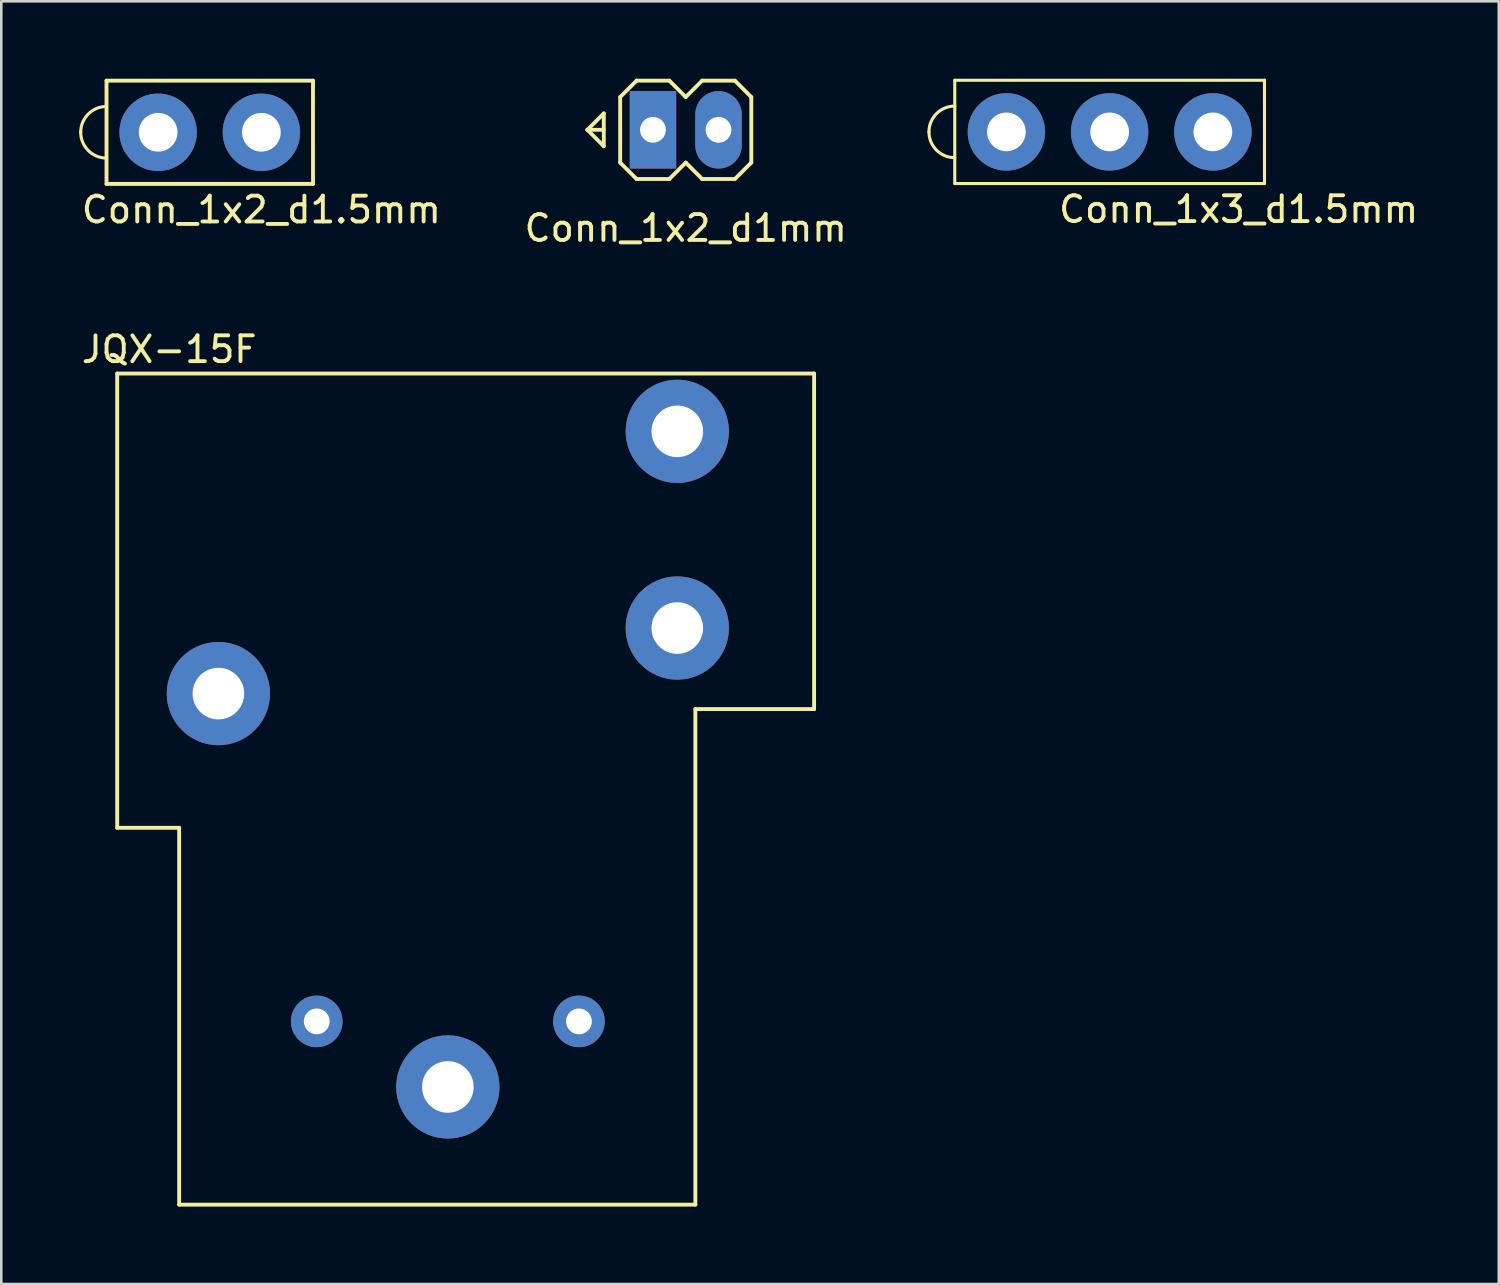
<source format=kicad_pcb>
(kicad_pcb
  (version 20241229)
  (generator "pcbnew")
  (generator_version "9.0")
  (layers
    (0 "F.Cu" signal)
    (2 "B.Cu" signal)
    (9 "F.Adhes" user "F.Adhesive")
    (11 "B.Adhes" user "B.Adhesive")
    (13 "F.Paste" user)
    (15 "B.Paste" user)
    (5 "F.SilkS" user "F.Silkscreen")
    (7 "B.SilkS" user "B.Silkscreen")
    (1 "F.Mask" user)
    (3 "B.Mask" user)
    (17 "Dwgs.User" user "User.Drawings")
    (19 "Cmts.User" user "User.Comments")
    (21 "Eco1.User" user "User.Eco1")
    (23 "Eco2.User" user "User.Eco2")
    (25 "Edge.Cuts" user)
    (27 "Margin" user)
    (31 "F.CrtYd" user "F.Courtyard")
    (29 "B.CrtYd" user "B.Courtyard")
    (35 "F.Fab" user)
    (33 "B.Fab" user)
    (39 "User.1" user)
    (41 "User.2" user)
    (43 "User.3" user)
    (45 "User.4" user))
  (footprint "JQX-15F"
    (layer "F.Cu")
    (at 14.301 23.822)
    (property "Reference" "JQX-15F" (at -10.795 -13.335 0) (layer "F.SilkS") (effects (font (size 1 1) (thickness 0.15))))
    (attr through_hole)
    (fp_line (start -12.81 -12.4) (end -12.81 5.2) (stroke (width 0.15) (type solid)) (layer "F.SilkS"))
    (fp_line (start -12.81 5.2) (end -10.41 5.2) (stroke (width 0.15) (type solid)) (layer "F.SilkS"))
    (fp_line (start -10.41 5.2) (end -10.41 19.8) (stroke (width 0.15) (type solid)) (layer "F.SilkS"))
    (fp_line (start -10.41 19.8) (end 9.59 19.8) (stroke (width 0.15) (type solid)) (layer "F.SilkS"))
    (fp_line (start 9.59 0.6) (end 14.19 0.6) (stroke (width 0.15) (type solid)) (layer "F.SilkS"))
    (fp_line (start 9.59 19.8) (end 9.59 0.6) (stroke (width 0.15) (type solid)) (layer "F.SilkS"))
    (fp_line (start 14.19 -12.4) (end -12.81 -12.4) (stroke (width 0.15) (type solid)) (layer "F.SilkS"))
    (fp_line (start 14.19 -12.4) (end 14.19 0.6) (stroke (width 0.15) (type solid)) (layer "F.SilkS"))
    (pad "1" thru_hole circle (at -8.89 0) (size 4 4) (drill 2) (layers "*.Cu" "*.Mask"))
    (pad "2" thru_hole circle (at -5.08 12.7) (size 2 2) (drill 1) (layers "*.Cu" "*.Mask"))
    (pad "3" thru_hole circle (at 0 15.24) (size 4 4) (drill 2) (layers "*.Cu" "*.Mask"))
    (pad "4" thru_hole circle (at 5.08 12.7) (size 2 2) (drill 1) (layers "*.Cu" "*.Mask"))
    (pad "5" thru_hole circle (at 8.89 -2.54) (size 4 4) (drill 2) (layers "*.Cu" "*.Mask"))
    (pad "6" thru_hole circle (at 8.89 -10.16) (size 4 4) (drill 2) (layers "*.Cu" "*.Mask")))
  (footprint "Conn_1x2_d1mm"
    (layer "F.Cu")
    (at 23.518 1.98)
    (property "Reference" "Conn_1x2_d1mm" (at 0 3.81 0) (layer "F.SilkS") (effects (font (size 1 1) (thickness 0.15))))
    (attr through_hole)
    (fp_line (start -3.81 0) (end -3.175 0) (stroke (width 0.15) (type solid)) (layer "F.SilkS"))
    (fp_line (start -3.81 0) (end -3.175 0.635) (stroke (width 0.15) (type solid)) (layer "F.SilkS"))
    (fp_line (start -3.175 -0.635) (end -3.81 0) (stroke (width 0.15) (type solid)) (layer "F.SilkS"))
    (fp_line (start -3.175 0.635) (end -3.175 -0.635) (stroke (width 0.15) (type solid)) (layer "F.SilkS"))
    (fp_line (start -2.54 -1.27) (end -1.905 -1.905) (stroke (width 0.15) (type solid)) (layer "F.SilkS"))
    (fp_line (start -2.54 1.27) (end -2.54 -1.27) (stroke (width 0.15) (type solid)) (layer "F.SilkS"))
    (fp_line (start -1.905 -1.905) (end -0.635 -1.905) (stroke (width 0.15) (type solid)) (layer "F.SilkS"))
    (fp_line (start -1.905 1.905) (end -2.54 1.27) (stroke (width 0.15) (type solid)) (layer "F.SilkS"))
    (fp_line (start -0.635 -1.905) (end 0 -1.27) (stroke (width 0.15) (type solid)) (layer "F.SilkS"))
    (fp_line (start -0.635 1.905) (end -1.905 1.905) (stroke (width 0.15) (type solid)) (layer "F.SilkS"))
    (fp_line (start 0 -1.27) (end 0.635 -1.905) (stroke (width 0.15) (type solid)) (layer "F.SilkS"))
    (fp_line (start 0 1.27) (end -0.635 1.905) (stroke (width 0.15) (type solid)) (layer "F.SilkS"))
    (fp_line (start 0.635 -1.905) (end 1.905 -1.905) (stroke (width 0.15) (type solid)) (layer "F.SilkS"))
    (fp_line (start 0.635 1.905) (end 0 1.27) (stroke (width 0.15) (type solid)) (layer "F.SilkS"))
    (fp_line (start 1.905 -1.905) (end 2.54 -1.27) (stroke (width 0.15) (type solid)) (layer "F.SilkS"))
    (fp_line (start 1.905 1.905) (end 0.635 1.905) (stroke (width 0.15) (type solid)) (layer "F.SilkS"))
    (fp_line (start 2.54 -1.27) (end 2.54 1.27) (stroke (width 0.15) (type solid)) (layer "F.SilkS"))
    (fp_line (start 2.54 1.27) (end 1.905 1.905) (stroke (width 0.15) (type solid)) (layer "F.SilkS"))
    (pad "1" thru_hole trapezoid (at -1.27 0) (size 1.8 3) (drill 1) (layers "*.Cu" "*.Mask"))
    (pad "2" thru_hole oval (at 1.27 0) (size 1.8 3) (drill 1) (layers "*.Cu" "*.Mask")))
  (footprint "Conn_1x2_d1.5mm"
    (layer "F.Cu")
    (at 5.077 2.075)
    (property "Reference" "Conn_1x2_d1.5mm" (at 2 3 0) (layer "F.SilkS") (effects (font (size 1 1) (thickness 0.15))))
    (attr through_hole)
    (fp_line (start -4 -2) (end -4 2) (stroke (width 0.15) (type solid)) (layer "F.SilkS"))
    (fp_line (start -4 2) (end 4 2) (stroke (width 0.15) (type solid)) (layer "F.SilkS"))
    (fp_line (start 4 -2) (end -4 -2) (stroke (width 0.15) (type solid)) (layer "F.SilkS"))
    (fp_line (start 4 2) (end 4 -2) (stroke (width 0.15) (type solid)) (layer "F.SilkS"))
    (fp_arc (start -5 0) (mid -4.707107 -0.707107) (end -4 -1) (stroke (width 0.12) (type solid)) (layer "F.SilkS"))
    (fp_arc (start -4 1) (mid -4.707107 0.707107) (end -5 0) (stroke (width 0.12) (type solid)) (layer "F.SilkS"))
    (pad "1" thru_hole circle (at -2 0) (size 3 3) (drill 1.5) (layers "*.Cu" "*.Mask"))
    (pad "2" thru_hole circle (at 2 0) (size 3 3) (drill 1.5) (layers "*.Cu" "*.Mask")))
  (footprint "Conn_1x3_d1.5mm"
    (layer "F.Cu")
    (at 39.941 2.06)
    (property "Reference" "Conn_1x3_d1.5mm" (at 5 3 0) (layer "F.SilkS") (effects (font (size 1 1) (thickness 0.15))))
    (attr through_hole)
    (fp_line (start -6 -2) (end -6 2) (stroke (width 0.12) (type solid)) (layer "F.SilkS"))
    (fp_line (start -6 2) (end 6 2) (stroke (width 0.12) (type solid)) (layer "F.SilkS"))
    (fp_line (start 6 -2) (end -6 -2) (stroke (width 0.12) (type solid)) (layer "F.SilkS"))
    (fp_line (start 6 2) (end 6 -2) (stroke (width 0.12) (type solid)) (layer "F.SilkS"))
    (fp_arc (start -7 0) (mid -6.707107 -0.707107) (end -6 -1) (stroke (width 0.12) (type solid)) (layer "F.SilkS"))
    (fp_arc (start -6 1) (mid -6.707107 0.707107) (end -7 0) (stroke (width 0.12) (type solid)) (layer "F.SilkS"))
    (pad "1" thru_hole circle (at -4 0) (size 3 3) (drill 1.5) (layers "*.Cu" "*.Mask"))
    (pad "2" thru_hole circle (at 0 0) (size 3 3) (drill 1.5) (layers "*.Cu" "*.Mask"))
    (pad "3" thru_hole circle (at 4 0) (size 3 3) (drill 1.5) (layers "*.Cu" "*.Mask")))
  (gr_rect
    (start -3 -3)
    (end 55.018 46.697)
    (stroke (width 0.1) (type default))
    (fill no)
    (layer "Edge.Cuts")))
</source>
